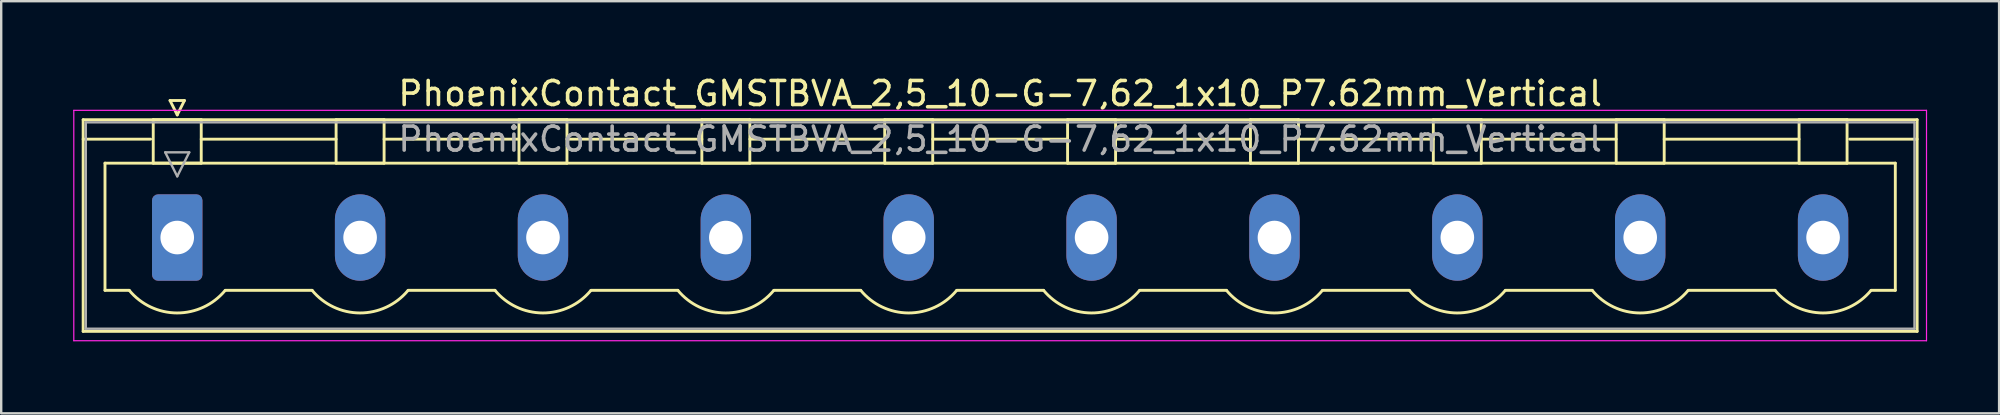
<source format=kicad_pcb>
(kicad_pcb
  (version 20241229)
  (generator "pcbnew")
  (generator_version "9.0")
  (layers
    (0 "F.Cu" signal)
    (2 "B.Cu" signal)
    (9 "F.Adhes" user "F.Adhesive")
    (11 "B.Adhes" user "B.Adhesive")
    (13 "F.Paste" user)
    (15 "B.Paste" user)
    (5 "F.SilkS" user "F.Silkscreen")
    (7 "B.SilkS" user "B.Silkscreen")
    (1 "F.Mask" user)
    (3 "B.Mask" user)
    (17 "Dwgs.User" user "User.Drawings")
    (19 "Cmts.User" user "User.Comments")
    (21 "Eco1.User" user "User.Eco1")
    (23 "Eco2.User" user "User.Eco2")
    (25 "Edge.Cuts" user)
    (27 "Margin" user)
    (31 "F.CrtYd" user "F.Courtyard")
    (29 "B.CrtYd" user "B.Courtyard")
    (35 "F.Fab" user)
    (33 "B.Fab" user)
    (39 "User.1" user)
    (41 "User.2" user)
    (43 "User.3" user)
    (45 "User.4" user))
  (footprint "PhoenixContact_GMSTBVA_2,5_10-G-7,62_1x10_P7.62mm_Vertical"
    (layer "F.Cu")
    (at 4.335 6.848)
    (property "Reference" "PhoenixContact_GMSTBVA_2,5_10-G-7,62_1x10_P7.62mm_Vertical" (at 34.29 -6 0) (layer "F.SilkS") (effects (font (size 1 1) (thickness 0.15))))
    (attr through_hole)
    (fp_line (start -3.92 -4.91) (end -3.92 3.91) (stroke (width 0.12) (type solid)) (layer "F.SilkS"))
    (fp_line (start -3.92 -4.1) (end -1.11 -4.1) (stroke (width 0.12) (type solid)) (layer "F.SilkS"))
    (fp_line (start -3.92 3.91) (end 72.5 3.91) (stroke (width 0.12) (type solid)) (layer "F.SilkS"))
    (fp_line (start -3.01 -3.1) (end 71.59 -3.1) (stroke (width 0.12) (type solid)) (layer "F.SilkS"))
    (fp_line (start -3.01 2.2) (end -3.01 -3.1) (stroke (width 0.12) (type solid)) (layer "F.SilkS"))
    (fp_line (start -2 2.2) (end -3.01 2.2) (stroke (width 0.12) (type solid)) (layer "F.SilkS"))
    (fp_line (start -1 -4.91) (end 1 -4.91) (stroke (width 0.12) (type solid)) (layer "F.SilkS"))
    (fp_line (start -1 -3.1) (end -1 -4.91) (stroke (width 0.12) (type solid)) (layer "F.SilkS"))
    (fp_line (start -0.3 -5.71) (end 0.3 -5.71) (stroke (width 0.12) (type solid)) (layer "F.SilkS"))
    (fp_line (start 0 -5.11) (end -0.3 -5.71) (stroke (width 0.12) (type solid)) (layer "F.SilkS"))
    (fp_line (start 0.3 -5.71) (end 0 -5.11) (stroke (width 0.12) (type solid)) (layer "F.SilkS"))
    (fp_line (start 1 -4.91) (end 1 -3.1) (stroke (width 0.12) (type solid)) (layer "F.SilkS"))
    (fp_line (start 1 -4.1) (end 6.62 -4.1) (stroke (width 0.12) (type solid)) (layer "F.SilkS"))
    (fp_line (start 1 -3.1) (end -1 -3.1) (stroke (width 0.12) (type solid)) (layer "F.SilkS"))
    (fp_line (start 2 2.2) (end 5.62 2.2) (stroke (width 0.12) (type solid)) (layer "F.SilkS"))
    (fp_line (start 6.62 -4.91) (end 8.62 -4.91) (stroke (width 0.12) (type solid)) (layer "F.SilkS"))
    (fp_line (start 6.62 -3.1) (end 6.62 -4.91) (stroke (width 0.12) (type solid)) (layer "F.SilkS"))
    (fp_line (start 8.62 -4.91) (end 8.62 -3.1) (stroke (width 0.12) (type solid)) (layer "F.SilkS"))
    (fp_line (start 8.62 -4.1) (end 14.24 -4.1) (stroke (width 0.12) (type solid)) (layer "F.SilkS"))
    (fp_line (start 8.62 -3.1) (end 6.62 -3.1) (stroke (width 0.12) (type solid)) (layer "F.SilkS"))
    (fp_line (start 9.62 2.2) (end 13.24 2.2) (stroke (width 0.12) (type solid)) (layer "F.SilkS"))
    (fp_line (start 14.24 -4.91) (end 16.24 -4.91) (stroke (width 0.12) (type solid)) (layer "F.SilkS"))
    (fp_line (start 14.24 -3.1) (end 14.24 -4.91) (stroke (width 0.12) (type solid)) (layer "F.SilkS"))
    (fp_line (start 16.24 -4.91) (end 16.24 -3.1) (stroke (width 0.12) (type solid)) (layer "F.SilkS"))
    (fp_line (start 16.24 -4.1) (end 21.86 -4.1) (stroke (width 0.12) (type solid)) (layer "F.SilkS"))
    (fp_line (start 16.24 -3.1) (end 14.24 -3.1) (stroke (width 0.12) (type solid)) (layer "F.SilkS"))
    (fp_line (start 17.24 2.2) (end 20.86 2.2) (stroke (width 0.12) (type solid)) (layer "F.SilkS"))
    (fp_line (start 21.86 -4.91) (end 23.86 -4.91) (stroke (width 0.12) (type solid)) (layer "F.SilkS"))
    (fp_line (start 21.86 -3.1) (end 21.86 -4.91) (stroke (width 0.12) (type solid)) (layer "F.SilkS"))
    (fp_line (start 23.86 -4.91) (end 23.86 -3.1) (stroke (width 0.12) (type solid)) (layer "F.SilkS"))
    (fp_line (start 23.86 -4.1) (end 29.48 -4.1) (stroke (width 0.12) (type solid)) (layer "F.SilkS"))
    (fp_line (start 23.86 -3.1) (end 21.86 -3.1) (stroke (width 0.12) (type solid)) (layer "F.SilkS"))
    (fp_line (start 24.86 2.2) (end 28.48 2.2) (stroke (width 0.12) (type solid)) (layer "F.SilkS"))
    (fp_line (start 29.48 -4.91) (end 31.48 -4.91) (stroke (width 0.12) (type solid)) (layer "F.SilkS"))
    (fp_line (start 29.48 -3.1) (end 29.48 -4.91) (stroke (width 0.12) (type solid)) (layer "F.SilkS"))
    (fp_line (start 31.48 -4.91) (end 31.48 -3.1) (stroke (width 0.12) (type solid)) (layer "F.SilkS"))
    (fp_line (start 31.48 -4.1) (end 37.1 -4.1) (stroke (width 0.12) (type solid)) (layer "F.SilkS"))
    (fp_line (start 31.48 -3.1) (end 29.48 -3.1) (stroke (width 0.12) (type solid)) (layer "F.SilkS"))
    (fp_line (start 32.48 2.2) (end 36.1 2.2) (stroke (width 0.12) (type solid)) (layer "F.SilkS"))
    (fp_line (start 37.1 -4.91) (end 39.1 -4.91) (stroke (width 0.12) (type solid)) (layer "F.SilkS"))
    (fp_line (start 37.1 -3.1) (end 37.1 -4.91) (stroke (width 0.12) (type solid)) (layer "F.SilkS"))
    (fp_line (start 39.1 -4.91) (end 39.1 -3.1) (stroke (width 0.12) (type solid)) (layer "F.SilkS"))
    (fp_line (start 39.1 -4.1) (end 44.72 -4.1) (stroke (width 0.12) (type solid)) (layer "F.SilkS"))
    (fp_line (start 39.1 -3.1) (end 37.1 -3.1) (stroke (width 0.12) (type solid)) (layer "F.SilkS"))
    (fp_line (start 40.1 2.2) (end 43.72 2.2) (stroke (width 0.12) (type solid)) (layer "F.SilkS"))
    (fp_line (start 44.72 -4.91) (end 46.72 -4.91) (stroke (width 0.12) (type solid)) (layer "F.SilkS"))
    (fp_line (start 44.72 -3.1) (end 44.72 -4.91) (stroke (width 0.12) (type solid)) (layer "F.SilkS"))
    (fp_line (start 46.72 -4.91) (end 46.72 -3.1) (stroke (width 0.12) (type solid)) (layer "F.SilkS"))
    (fp_line (start 46.72 -4.1) (end 52.34 -4.1) (stroke (width 0.12) (type solid)) (layer "F.SilkS"))
    (fp_line (start 46.72 -3.1) (end 44.72 -3.1) (stroke (width 0.12) (type solid)) (layer "F.SilkS"))
    (fp_line (start 47.72 2.2) (end 51.34 2.2) (stroke (width 0.12) (type solid)) (layer "F.SilkS"))
    (fp_line (start 52.34 -4.91) (end 54.34 -4.91) (stroke (width 0.12) (type solid)) (layer "F.SilkS"))
    (fp_line (start 52.34 -3.1) (end 52.34 -4.91) (stroke (width 0.12) (type solid)) (layer "F.SilkS"))
    (fp_line (start 54.34 -4.91) (end 54.34 -3.1) (stroke (width 0.12) (type solid)) (layer "F.SilkS"))
    (fp_line (start 54.34 -4.1) (end 59.96 -4.1) (stroke (width 0.12) (type solid)) (layer "F.SilkS"))
    (fp_line (start 54.34 -3.1) (end 52.34 -3.1) (stroke (width 0.12) (type solid)) (layer "F.SilkS"))
    (fp_line (start 55.34 2.2) (end 58.96 2.2) (stroke (width 0.12) (type solid)) (layer "F.SilkS"))
    (fp_line (start 59.96 -4.91) (end 61.96 -4.91) (stroke (width 0.12) (type solid)) (layer "F.SilkS"))
    (fp_line (start 59.96 -3.1) (end 59.96 -4.91) (stroke (width 0.12) (type solid)) (layer "F.SilkS"))
    (fp_line (start 61.96 -4.91) (end 61.96 -3.1) (stroke (width 0.12) (type solid)) (layer "F.SilkS"))
    (fp_line (start 61.96 -4.1) (end 67.58 -4.1) (stroke (width 0.12) (type solid)) (layer "F.SilkS"))
    (fp_line (start 61.96 -3.1) (end 59.96 -3.1) (stroke (width 0.12) (type solid)) (layer "F.SilkS"))
    (fp_line (start 62.96 2.2) (end 66.58 2.2) (stroke (width 0.12) (type solid)) (layer "F.SilkS"))
    (fp_line (start 67.58 -4.91) (end 69.58 -4.91) (stroke (width 0.12) (type solid)) (layer "F.SilkS"))
    (fp_line (start 67.58 -3.1) (end 67.58 -4.91) (stroke (width 0.12) (type solid)) (layer "F.SilkS"))
    (fp_line (start 69.58 -4.91) (end 69.58 -3.1) (stroke (width 0.12) (type solid)) (layer "F.SilkS"))
    (fp_line (start 69.58 -3.1) (end 67.58 -3.1) (stroke (width 0.12) (type solid)) (layer "F.SilkS"))
    (fp_line (start 71.59 -3.1) (end 71.59 2.2) (stroke (width 0.12) (type solid)) (layer "F.SilkS"))
    (fp_line (start 71.59 2.2) (end 70.58 2.2) (stroke (width 0.12) (type solid)) (layer "F.SilkS"))
    (fp_line (start 72.5 -4.91) (end -3.92 -4.91) (stroke (width 0.12) (type solid)) (layer "F.SilkS"))
    (fp_line (start 72.5 -4.1) (end 69.69 -4.1) (stroke (width 0.12) (type solid)) (layer "F.SilkS"))
    (fp_line (start 72.5 3.91) (end 72.5 -4.91) (stroke (width 0.12) (type solid)) (layer "F.SilkS"))
    (fp_arc (start 1.986842 2.215821) (mid -0.010289 3.142758) (end -2 2.2) (stroke (width 0.12) (type solid)) (layer "F.SilkS"))
    (fp_arc (start 9.606842 2.215821) (mid 7.609711 3.142758) (end 5.62 2.2) (stroke (width 0.12) (type solid)) (layer "F.SilkS"))
    (fp_arc (start 17.226842 2.215821) (mid 15.229711 3.142758) (end 13.24 2.2) (stroke (width 0.12) (type solid)) (layer "F.SilkS"))
    (fp_arc (start 24.846842 2.215821) (mid 22.849711 3.142758) (end 20.86 2.2) (stroke (width 0.12) (type solid)) (layer "F.SilkS"))
    (fp_arc (start 32.466842 2.215821) (mid 30.469711 3.142758) (end 28.48 2.2) (stroke (width 0.12) (type solid)) (layer "F.SilkS"))
    (fp_arc (start 40.086842 2.215821) (mid 38.089711 3.142758) (end 36.1 2.2) (stroke (width 0.12) (type solid)) (layer "F.SilkS"))
    (fp_arc (start 47.706842 2.215821) (mid 45.709711 3.142758) (end 43.72 2.2) (stroke (width 0.12) (type solid)) (layer "F.SilkS"))
    (fp_arc (start 55.326842 2.215821) (mid 53.329711 3.142758) (end 51.34 2.2) (stroke (width 0.12) (type solid)) (layer "F.SilkS"))
    (fp_arc (start 62.946842 2.215821) (mid 60.949711 3.142758) (end 58.96 2.2) (stroke (width 0.12) (type solid)) (layer "F.SilkS"))
    (fp_arc (start 70.566842 2.215821) (mid 68.569711 3.142758) (end 66.58 2.2) (stroke (width 0.12) (type solid)) (layer "F.SilkS"))
    (fp_line (start -4.31 -5.3) (end -4.31 4.3) (stroke (width 0.05) (type solid)) (layer "F.CrtYd"))
    (fp_line (start -4.31 4.3) (end 72.89 4.3) (stroke (width 0.05) (type solid)) (layer "F.CrtYd"))
    (fp_line (start 72.89 -5.3) (end -4.31 -5.3) (stroke (width 0.05) (type solid)) (layer "F.CrtYd"))
    (fp_line (start 72.89 4.3) (end 72.89 -5.3) (stroke (width 0.05) (type solid)) (layer "F.CrtYd"))
    (fp_line (start -3.81 -4.8) (end -3.81 3.8) (stroke (width 0.1) (type solid)) (layer "F.Fab"))
    (fp_line (start -3.81 3.8) (end 72.39 3.8) (stroke (width 0.1) (type solid)) (layer "F.Fab"))
    (fp_line (start -0.5 -3.55) (end 0.5 -3.55) (stroke (width 0.1) (type solid)) (layer "F.Fab"))
    (fp_line (start 0 -2.55) (end -0.5 -3.55) (stroke (width 0.1) (type solid)) (layer "F.Fab"))
    (fp_line (start 0.5 -3.55) (end 0 -2.55) (stroke (width 0.1) (type solid)) (layer "F.Fab"))
    (fp_line (start 72.39 -4.8) (end -3.81 -4.8) (stroke (width 0.1) (type solid)) (layer "F.Fab"))
    (fp_line (start 72.39 3.8) (end 72.39 -4.8) (stroke (width 0.1) (type solid)) (layer "F.Fab"))
    (fp_text user "${REFERENCE}" (at 34.29 -4.1 0) (layer "F.Fab") (effects (font (size 1 1) (thickness 0.15))))
    (pad "1" thru_hole roundrect (at 0 0) (size 2.1 3.6) (drill 1.4) (layers "*.Cu" "*.Mask") (roundrect_rratio 0.119))
    (pad "2" thru_hole oval (at 7.62 0) (size 2.1 3.6) (drill 1.4) (layers "*.Cu" "*.Mask"))
    (pad "3" thru_hole oval (at 15.24 0) (size 2.1 3.6) (drill 1.4) (layers "*.Cu" "*.Mask"))
    (pad "4" thru_hole oval (at 22.86 0) (size 2.1 3.6) (drill 1.4) (layers "*.Cu" "*.Mask"))
    (pad "5" thru_hole oval (at 30.48 0) (size 2.1 3.6) (drill 1.4) (layers "*.Cu" "*.Mask"))
    (pad "6" thru_hole oval (at 38.1 0) (size 2.1 3.6) (drill 1.4) (layers "*.Cu" "*.Mask"))
    (pad "7" thru_hole oval (at 45.72 0) (size 2.1 3.6) (drill 1.4) (layers "*.Cu" "*.Mask"))
    (pad "8" thru_hole oval (at 53.34 0) (size 2.1 3.6) (drill 1.4) (layers "*.Cu" "*.Mask"))
    (pad "9" thru_hole oval (at 60.96 0) (size 2.1 3.6) (drill 1.4) (layers "*.Cu" "*.Mask"))
    (pad "10" thru_hole oval (at 68.58 0) (size 2.1 3.6) (drill 1.4) (layers "*.Cu" "*.Mask")))
  (gr_rect
    (start -3 -3)
    (end 80.25 14.173)
    (stroke (width 0.1) (type default))
    (fill no)
    (layer "Edge.Cuts")))
</source>
